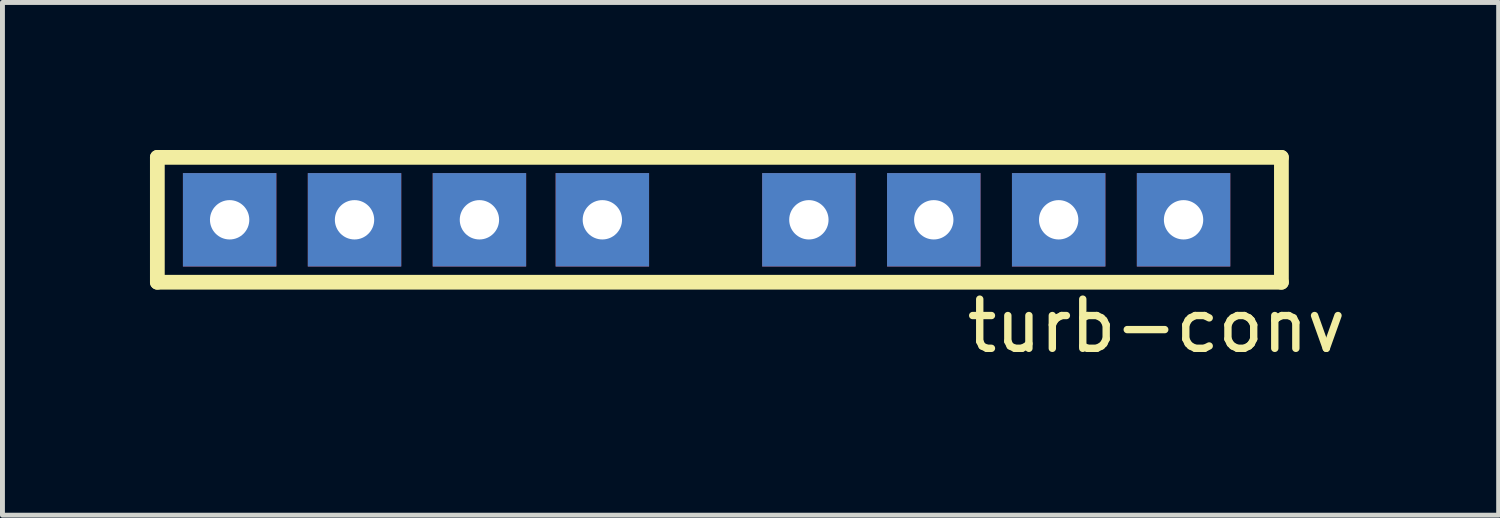
<source format=kicad_pcb>
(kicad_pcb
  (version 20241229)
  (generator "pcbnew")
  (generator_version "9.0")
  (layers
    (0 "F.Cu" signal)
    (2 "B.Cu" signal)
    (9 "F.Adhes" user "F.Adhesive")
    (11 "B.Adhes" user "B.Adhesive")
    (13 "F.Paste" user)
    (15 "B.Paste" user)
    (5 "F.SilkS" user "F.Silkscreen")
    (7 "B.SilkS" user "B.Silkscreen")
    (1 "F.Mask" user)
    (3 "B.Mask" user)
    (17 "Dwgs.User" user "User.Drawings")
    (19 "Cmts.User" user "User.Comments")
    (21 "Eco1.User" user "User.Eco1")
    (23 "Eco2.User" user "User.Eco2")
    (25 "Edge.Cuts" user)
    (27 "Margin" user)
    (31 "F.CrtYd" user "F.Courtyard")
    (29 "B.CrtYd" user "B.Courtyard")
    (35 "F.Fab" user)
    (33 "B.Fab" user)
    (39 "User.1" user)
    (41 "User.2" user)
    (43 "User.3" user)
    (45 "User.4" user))
  (footprint "turb-conv"
    (layer "F.Cu")
    (at 7.77 1.42)
    (property "Reference" "turb-conv" (at 12.7 2.159 0) (layer "F.SilkS") (effects (font (size 1 1) (thickness 0.15))))
    (attr through_hole)
    (fp_line (start -7.62 -1.27) (end 15.24 -1.27) (stroke (width 0.3) (type solid)) (layer "F.SilkS"))
    (fp_line (start -7.62 1.27) (end -7.62 -1.27) (stroke (width 0.3) (type solid)) (layer "F.SilkS"))
    (fp_line (start 15.24 -1.27) (end 15.24 1.27) (stroke (width 0.3) (type solid)) (layer "F.SilkS"))
    (fp_line (start 15.24 1.27) (end -7.62 1.27) (stroke (width 0.3) (type solid)) (layer "F.SilkS"))
    (pad "1" thru_hole rect (at 13.25 0) (size 1.9 1.9) (drill 0.8) (layers "*.Cu" "*.Mask"))
    (pad "2" thru_hole rect (at 10.71 0) (size 1.9 1.9) (drill 0.8) (layers "*.Cu" "*.Mask"))
    (pad "3" thru_hole rect (at 8.17 0) (size 1.9 1.9) (drill 0.8) (layers "*.Cu" "*.Mask"))
    (pad "4" thru_hole rect (at 5.63 0) (size 1.9 1.9) (drill 0.8) (layers "*.Cu" "*.Mask"))
    (pad "5" thru_hole rect (at 1.43 0) (size 1.9 1.9) (drill 0.8) (layers "*.Cu" "*.Mask"))
    (pad "6" thru_hole rect (at -1.07 0) (size 1.9 1.9) (drill 0.8) (layers "*.Cu" "*.Mask"))
    (pad "7" thru_hole rect (at -3.61 0) (size 1.9 1.9) (drill 0.8) (layers "*.Cu" "*.Mask"))
    (pad "8" thru_hole rect (at -6.15 0) (size 1.9 1.9) (drill 0.8) (layers "*.Cu" "*.Mask")))
  (gr_rect
    (start -3 -3)
    (end 27.428 7.427)
    (stroke (width 0.1) (type default))
    (fill no)
    (layer "Edge.Cuts")))
</source>
